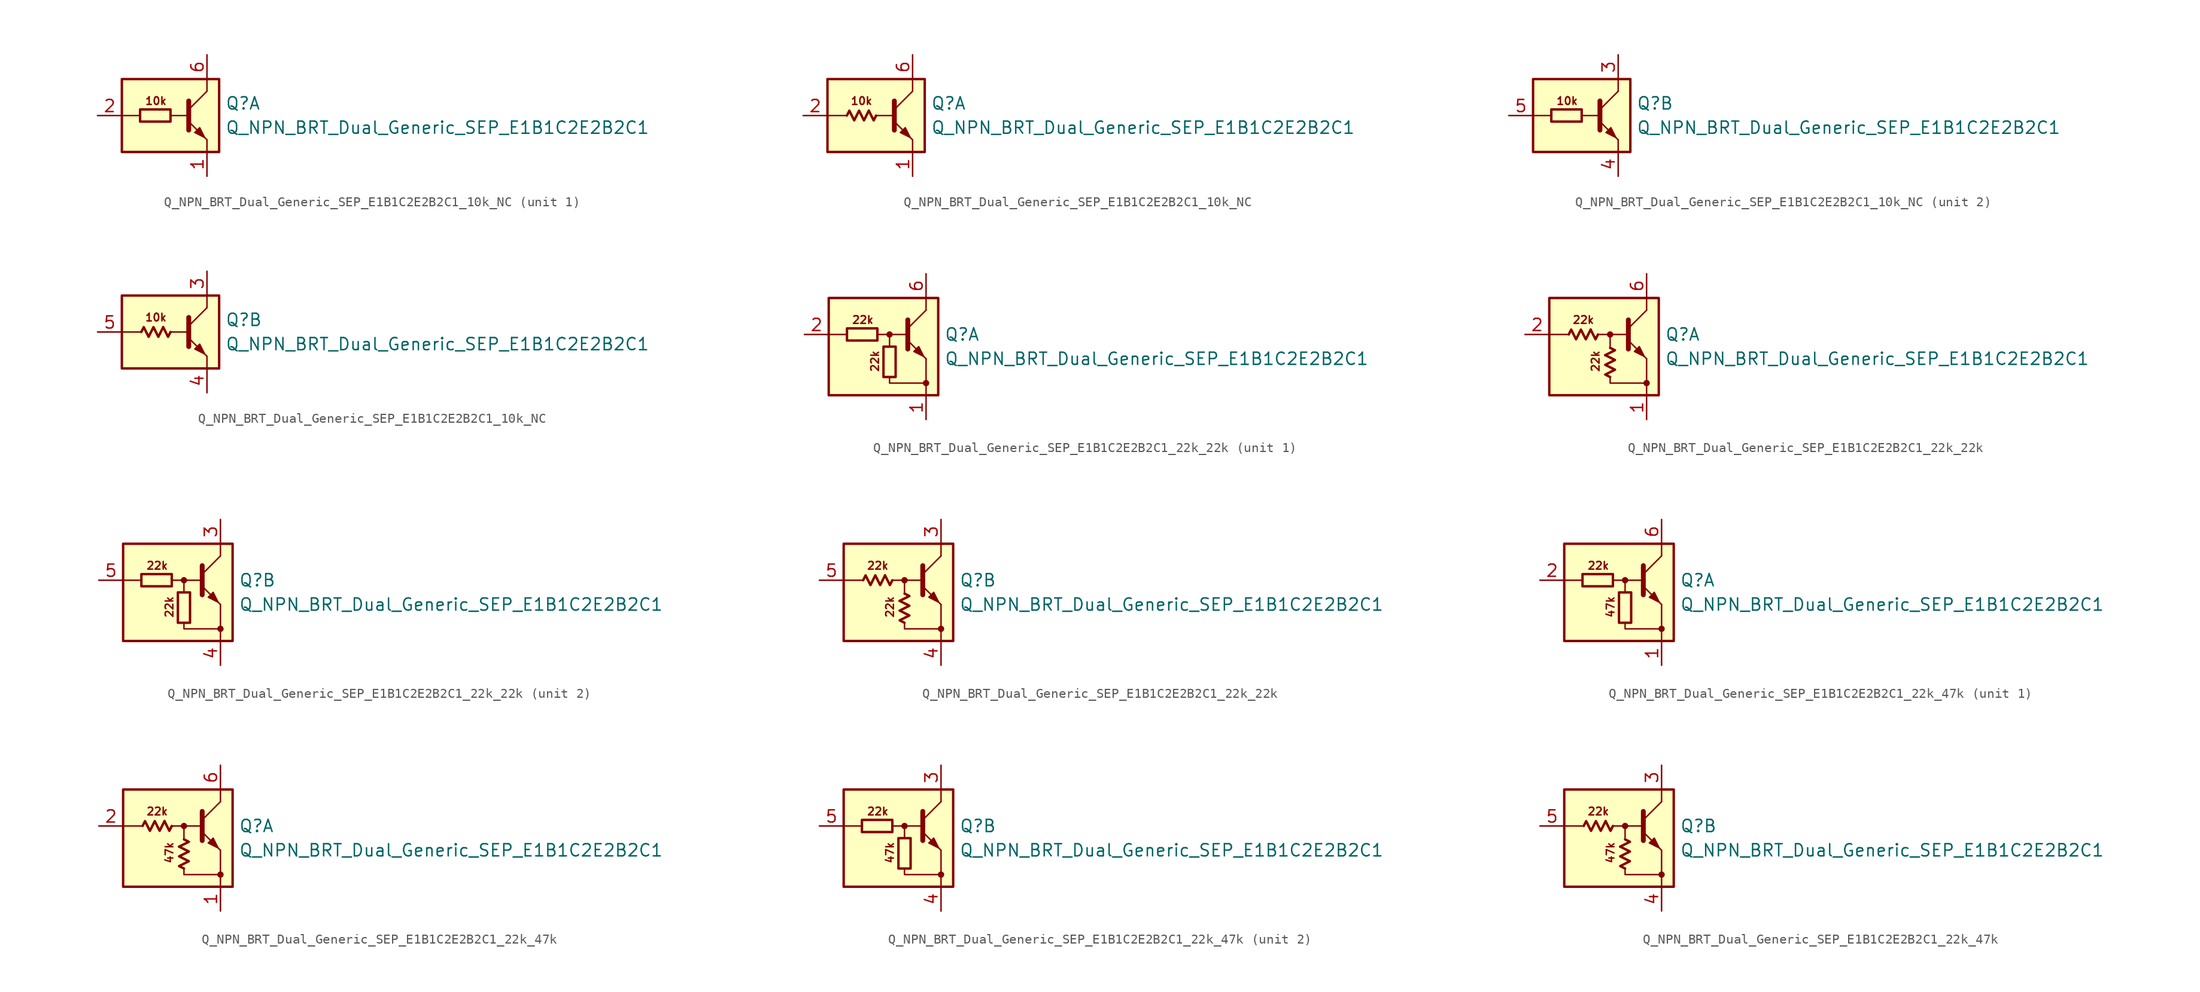
<source format=kicad_sym>
(kicad_symbol_lib
  (version 20220914)
  (generator kicad_symbol_editor)
  (symbol "Q_NPN_BRT_Dual_Generic_SEP_E1B1C2E2B2C1_10k_NC"
    (pin_names
      (offset 1.016) hide)
    (property "Reference" "Q"
      (at 5.715 1.27 0)
      (effects (font (size 1.27 1.27)) (justify left)))
    (property "Value" "Q_NPN_BRT_Dual_Generic_SEP_E1B1C2E2B2C1"
      (at 5.715 -1.27 0)
      (effects (font (size 1.27 1.27)) (justify left)))
    (property "ki_locked" ""
      (at 0 0 0)
      (effects (font (size 1.27 1.27))))
    (symbol "Q_NPN_BRT_Dual_Generic_SEP_E1B1C2E2B2C1_10k_NC_0_2"
      (polyline (pts (xy -0.762 0.508) (xy -0.254 -0.508) (xy 0 0)) (stroke (width 0.254) (type default)) (fill (type none)))
      (polyline (pts (xy -3.048 0) (xy -2.794 0.508) (xy -2.286 -0.508) (xy -1.778 0.508) (xy -1.27 -0.508) (xy -0.762 0.508)) (stroke (width 0.254) (type default)) (fill (type none))))
    (symbol "Q_NPN_BRT_Dual_Generic_SEP_E1B1C2E2B2C1_10k_NC_1_0"
      (rectangle (start -5.08 3.81) (end 5.08 -3.81) (stroke (width 0.254) (type default)) (fill (type background)))
      (polyline (pts (xy -3.175 0) (xy -5.08 0)) (stroke (width 0) (type default)) (fill (type none)))
      (polyline (pts (xy 0 0) (xy 1.905 0)) (stroke (width 0) (type default)) (fill (type none)))
      (polyline (pts (xy 1.905 0.635) (xy 3.81 2.54)) (stroke (width 0) (type default)) (fill (type none)))
      (polyline (pts (xy 1.905 1.524) (xy 1.905 -1.524)) (stroke (width 0.508) (type default)) (fill (type none)))
      (polyline (pts (xy 3.81 -2.54) (xy 3.81 -3.81)) (stroke (width 0) (type default)) (fill (type none)))
      (polyline (pts (xy 3.81 2.54) (xy 3.81 3.81)) (stroke (width 0) (type default)) (fill (type none)))
      (polyline (pts (xy 1.905 -0.635) (xy 3.81 -2.54) (xy 3.81 -2.54)) (stroke (width 0) (type default)) (fill (type none)))
      (polyline (pts (xy 2.54 -1.778) (xy 3.048 -1.27) (xy 3.556 -2.286) (xy 2.54 -1.778) (xy 2.54 -1.778)) (stroke (width 0) (type default)) (fill (type outline)))
      (text "10k" (at -1.524 1.524 0) (effects (font (size 0.8 0.8)))))
    (symbol "Q_NPN_BRT_Dual_Generic_SEP_E1B1C2E2B2C1_10k_NC_1_1"
      (rectangle (start -3.175 0.635) (end 0 -0.635) (stroke (width 0.254) (type default)) (fill (type none)))
      (pin passive line (at 3.81 -6.35 90) (length 2.54) (name "E1" (effects (font (size 1.27 1.27)))) (number "1" (effects (font (size 1.27 1.27)))))
      (pin passive line (at -7.62 0 0) (length 2.54) (name "B1" (effects (font (size 1.27 1.27)))) (number "2" (effects (font (size 1.27 1.27)))))
      (pin passive line (at 3.81 6.35 270) (length 2.54) (name "C1" (effects (font (size 1.27 1.27)))) (number "6" (effects (font (size 1.27 1.27))))))
    (symbol "Q_NPN_BRT_Dual_Generic_SEP_E1B1C2E2B2C1_10k_NC_1_2"
      (pin passive line (at 3.81 -6.35 90) (length 2.54) (name "E1" (effects (font (size 1.27 1.27)))) (number "1" (effects (font (size 1.27 1.27)))))
      (pin passive line (at -7.62 0 0) (length 2.54) (name "B1" (effects (font (size 1.27 1.27)))) (number "2" (effects (font (size 1.27 1.27)))))
      (pin passive line (at 3.81 6.35 270) (length 2.54) (name "C1" (effects (font (size 1.27 1.27)))) (number "6" (effects (font (size 1.27 1.27))))))
    (symbol "Q_NPN_BRT_Dual_Generic_SEP_E1B1C2E2B2C1_10k_NC_2_0"
      (rectangle (start -5.08 3.81) (end 5.08 -3.81) (stroke (width 0.254) (type default)) (fill (type background)))
      (polyline (pts (xy -3.175 0) (xy -5.08 0)) (stroke (width 0) (type default)) (fill (type none)))
      (polyline (pts (xy 0 0) (xy 1.905 0)) (stroke (width 0) (type default)) (fill (type none)))
      (polyline (pts (xy 1.905 0.635) (xy 3.81 2.54)) (stroke (width 0) (type default)) (fill (type none)))
      (polyline (pts (xy 1.905 1.524) (xy 1.905 -1.524)) (stroke (width 0.508) (type default)) (fill (type none)))
      (polyline (pts (xy 3.81 -2.54) (xy 3.81 -3.81)) (stroke (width 0) (type default)) (fill (type none)))
      (polyline (pts (xy 3.81 2.54) (xy 3.81 3.81)) (stroke (width 0) (type default)) (fill (type none)))
      (polyline (pts (xy 1.905 -0.635) (xy 3.81 -2.54) (xy 3.81 -2.54)) (stroke (width 0) (type default)) (fill (type none)))
      (polyline (pts (xy 2.54 -1.778) (xy 3.048 -1.27) (xy 3.556 -2.286) (xy 2.54 -1.778) (xy 2.54 -1.778)) (stroke (width 0) (type default)) (fill (type outline)))
      (text "10k" (at -1.524 1.524 0) (effects (font (size 0.8 0.8)))))
    (symbol "Q_NPN_BRT_Dual_Generic_SEP_E1B1C2E2B2C1_10k_NC_2_1"
      (rectangle (start -3.175 0.635) (end 0 -0.635) (stroke (width 0.254) (type default)) (fill (type none)))
      (pin passive line (at 3.81 6.35 270) (length 2.54) (name "C2" (effects (font (size 1.27 1.27)))) (number "3" (effects (font (size 1.27 1.27)))))
      (pin passive line (at 3.81 -6.35 90) (length 2.54) (name "E2" (effects (font (size 1.27 1.27)))) (number "4" (effects (font (size 1.27 1.27)))))
      (pin input line (at -7.62 0 0) (length 2.54) (name "B2" (effects (font (size 1.27 1.27)))) (number "5" (effects (font (size 1.27 1.27))))))
    (symbol "Q_NPN_BRT_Dual_Generic_SEP_E1B1C2E2B2C1_10k_NC_2_2"
      (pin passive line (at 3.81 6.35 270) (length 2.54) (name "C2" (effects (font (size 1.27 1.27)))) (number "3" (effects (font (size 1.27 1.27)))))
      (pin passive line (at 3.81 -6.35 90) (length 2.54) (name "E2" (effects (font (size 1.27 1.27)))) (number "4" (effects (font (size 1.27 1.27)))))
      (pin input line (at -7.62 0 0) (length 2.54) (name "B2" (effects (font (size 1.27 1.27)))) (number "5" (effects (font (size 1.27 1.27)))))))
  (symbol "Q_NPN_BRT_Dual_Generic_SEP_E1B1C2E2B2C1_22k_22k"
    (pin_names
      (offset 1.016) hide)
    (property "Reference" "Q"
      (at 5.715 1.27 0)
      (effects (font (size 1.27 1.27)) (justify left)))
    (property "Value" "Q_NPN_BRT_Dual_Generic_SEP_E1B1C2E2B2C1"
      (at 5.715 -1.27 0)
      (effects (font (size 1.27 1.27)) (justify left)))
    (property "ki_locked" ""
      (at 0 0 0)
      (effects (font (size 1.27 1.27))))
    (symbol "Q_NPN_BRT_Dual_Generic_SEP_E1B1C2E2B2C1_22k_22k_0_2"
      (polyline (pts (xy -2.032 1.778) (xy -1.524 0.762) (xy -1.27 1.27)) (stroke (width 0.254) (type default)) (fill (type none)))
      (polyline (pts (xy -0.508 -0.889) (xy 0.508 -0.381) (xy 0 -0.127)) (stroke (width 0.254) (type default)) (fill (type none)))
      (polyline (pts (xy -4.318 1.27) (xy -4.064 1.778) (xy -3.556 0.762) (xy -3.048 1.778) (xy -2.54 0.762) (xy -2.032 1.778)) (stroke (width 0.254) (type default)) (fill (type none)))
      (polyline (pts (xy 0 -3.175) (xy -0.508 -2.921) (xy 0.508 -2.413) (xy -0.508 -1.905) (xy 0.508 -1.397) (xy -0.508 -0.889)) (stroke (width 0.254) (type default)) (fill (type none))))
    (symbol "Q_NPN_BRT_Dual_Generic_SEP_E1B1C2E2B2C1_22k_22k_1_0"
      (rectangle (start -6.35 5.08) (end 5.08 -5.08) (stroke (width 0.254) (type default)) (fill (type background)))
      (polyline (pts (xy -4.445 1.27) (xy -6.35 1.27)) (stroke (width 0) (type default)) (fill (type none)))
      (polyline (pts (xy -0.254 1.27) (xy 1.905 1.27)) (stroke (width 0) (type default)) (fill (type none)))
      (polyline (pts (xy 1.905 1.905) (xy 3.81 3.81)) (stroke (width 0) (type default)) (fill (type none)))
      (polyline (pts (xy 1.905 2.794) (xy 1.905 -0.254)) (stroke (width 0.508) (type default)) (fill (type none)))
      (polyline (pts (xy 3.81 -3.81) (xy 3.81 -5.08)) (stroke (width 0) (type default)) (fill (type none)))
      (polyline (pts (xy 3.81 -3.81) (xy 3.81 -1.27)) (stroke (width 0) (type default)) (fill (type none)))
      (polyline (pts (xy 3.81 3.81) (xy 3.81 5.08)) (stroke (width 0) (type default)) (fill (type none)))
      (polyline (pts (xy -1.27 1.27) (xy 0 1.27) (xy 0 0)) (stroke (width 0) (type default)) (fill (type none)))
      (polyline (pts (xy 0 -3.175) (xy 0 -3.81) (xy 3.81 -3.81)) (stroke (width 0) (type default)) (fill (type none)))
      (polyline (pts (xy 1.905 0.635) (xy 3.81 -1.27) (xy 3.81 -1.27)) (stroke (width 0) (type default)) (fill (type none)))
      (polyline (pts (xy 2.54 -0.508) (xy 3.048 0) (xy 3.556 -1.016) (xy 2.54 -0.508) (xy 2.54 -0.508)) (stroke (width 0) (type default)) (fill (type outline)))
      (circle (center 0 1.27) (radius 0.254) (stroke (width 0) (type default)) (fill (type outline)))
      (circle (center 3.81 -3.81) (radius 0.254) (stroke (width 0) (type default)) (fill (type outline)))
      (text "22k" (at -2.794 2.794 0) (effects (font (size 0.8 0.8))))
      (text "22k" (at -1.524 -1.524 900) (effects (font (size 0.8 0.8)))))
    (symbol "Q_NPN_BRT_Dual_Generic_SEP_E1B1C2E2B2C1_22k_22k_1_1"
      (rectangle (start -4.445 1.905) (end -1.27 0.635) (stroke (width 0.254) (type default)) (fill (type none)))
      (rectangle (start -0.635 0) (end 0.635 -3.175) (stroke (width 0.254) (type default)) (fill (type none)))
      (pin passive line (at 3.81 -7.62 90) (length 2.54) (name "E1" (effects (font (size 1.27 1.27)))) (number "1" (effects (font (size 1.27 1.27)))))
      (pin passive line (at -8.89 1.27 0) (length 2.54) (name "B1" (effects (font (size 1.27 1.27)))) (number "2" (effects (font (size 1.27 1.27)))))
      (pin passive line (at 3.81 7.62 270) (length 2.54) (name "C1" (effects (font (size 1.27 1.27)))) (number "6" (effects (font (size 1.27 1.27))))))
    (symbol "Q_NPN_BRT_Dual_Generic_SEP_E1B1C2E2B2C1_22k_22k_1_2"
      (pin passive line (at 3.81 -7.62 90) (length 2.54) (name "E1" (effects (font (size 1.27 1.27)))) (number "1" (effects (font (size 1.27 1.27)))))
      (pin passive line (at -8.89 1.27 0) (length 2.54) (name "B1" (effects (font (size 1.27 1.27)))) (number "2" (effects (font (size 1.27 1.27)))))
      (pin passive line (at 3.81 7.62 270) (length 2.54) (name "C1" (effects (font (size 1.27 1.27)))) (number "6" (effects (font (size 1.27 1.27))))))
    (symbol "Q_NPN_BRT_Dual_Generic_SEP_E1B1C2E2B2C1_22k_22k_2_0"
      (rectangle (start -6.35 5.08) (end 5.08 -5.08) (stroke (width 0.254) (type default)) (fill (type background)))
      (polyline (pts (xy -4.445 1.27) (xy -6.35 1.27)) (stroke (width 0) (type default)) (fill (type none)))
      (polyline (pts (xy -0.254 1.27) (xy 1.905 1.27)) (stroke (width 0) (type default)) (fill (type none)))
      (polyline (pts (xy 1.905 1.905) (xy 3.81 3.81)) (stroke (width 0) (type default)) (fill (type none)))
      (polyline (pts (xy 1.905 2.794) (xy 1.905 -0.254)) (stroke (width 0.508) (type default)) (fill (type none)))
      (polyline (pts (xy 3.81 -3.81) (xy 3.81 -5.08)) (stroke (width 0) (type default)) (fill (type none)))
      (polyline (pts (xy 3.81 -3.81) (xy 3.81 -1.27)) (stroke (width 0) (type default)) (fill (type none)))
      (polyline (pts (xy 3.81 3.81) (xy 3.81 5.08)) (stroke (width 0) (type default)) (fill (type none)))
      (polyline (pts (xy -1.27 1.27) (xy 0 1.27) (xy 0 0)) (stroke (width 0) (type default)) (fill (type none)))
      (polyline (pts (xy 0 -3.175) (xy 0 -3.81) (xy 3.81 -3.81)) (stroke (width 0) (type default)) (fill (type none)))
      (polyline (pts (xy 1.905 0.635) (xy 3.81 -1.27) (xy 3.81 -1.27)) (stroke (width 0) (type default)) (fill (type none)))
      (polyline (pts (xy 2.54 -0.508) (xy 3.048 0) (xy 3.556 -1.016) (xy 2.54 -0.508) (xy 2.54 -0.508)) (stroke (width 0) (type default)) (fill (type outline)))
      (circle (center 0 1.27) (radius 0.254) (stroke (width 0) (type default)) (fill (type outline)))
      (circle (center 3.81 -3.81) (radius 0.254) (stroke (width 0) (type default)) (fill (type outline)))
      (text "22k" (at -2.794 2.794 0) (effects (font (size 0.8 0.8))))
      (text "22k" (at -1.524 -1.524 900) (effects (font (size 0.8 0.8)))))
    (symbol "Q_NPN_BRT_Dual_Generic_SEP_E1B1C2E2B2C1_22k_22k_2_1"
      (rectangle (start -4.445 1.905) (end -1.27 0.635) (stroke (width 0.254) (type default)) (fill (type none)))
      (rectangle (start -0.635 0) (end 0.635 -3.175) (stroke (width 0.254) (type default)) (fill (type none)))
      (pin passive line (at 3.81 7.62 270) (length 2.54) (name "C2" (effects (font (size 1.27 1.27)))) (number "3" (effects (font (size 1.27 1.27)))))
      (pin passive line (at 3.81 -7.62 90) (length 2.54) (name "E2" (effects (font (size 1.27 1.27)))) (number "4" (effects (font (size 1.27 1.27)))))
      (pin input line (at -8.89 1.27 0) (length 2.54) (name "B2" (effects (font (size 1.27 1.27)))) (number "5" (effects (font (size 1.27 1.27))))))
    (symbol "Q_NPN_BRT_Dual_Generic_SEP_E1B1C2E2B2C1_22k_22k_2_2"
      (pin passive line (at 3.81 7.62 270) (length 2.54) (name "C2" (effects (font (size 1.27 1.27)))) (number "3" (effects (font (size 1.27 1.27)))))
      (pin passive line (at 3.81 -7.62 90) (length 2.54) (name "E2" (effects (font (size 1.27 1.27)))) (number "4" (effects (font (size 1.27 1.27)))))
      (pin input line (at -8.89 1.27 0) (length 2.54) (name "B2" (effects (font (size 1.27 1.27)))) (number "5" (effects (font (size 1.27 1.27)))))))
  (symbol "Q_NPN_BRT_Dual_Generic_SEP_E1B1C2E2B2C1_22k_47k"
    (pin_names
      (offset 1.016) hide)
    (property "Reference" "Q"
      (at 5.715 1.27 0)
      (effects (font (size 1.27 1.27)) (justify left)))
    (property "Value" "Q_NPN_BRT_Dual_Generic_SEP_E1B1C2E2B2C1"
      (at 5.715 -1.27 0)
      (effects (font (size 1.27 1.27)) (justify left)))
    (property "ki_locked" ""
      (at 0 0 0)
      (effects (font (size 1.27 1.27))))
    (symbol "Q_NPN_BRT_Dual_Generic_SEP_E1B1C2E2B2C1_22k_47k_0_2"
      (polyline (pts (xy -2.032 1.778) (xy -1.524 0.762) (xy -1.27 1.27)) (stroke (width 0.254) (type default)) (fill (type none)))
      (polyline (pts (xy -0.508 -0.889) (xy 0.508 -0.381) (xy 0 -0.127)) (stroke (width 0.254) (type default)) (fill (type none)))
      (polyline (pts (xy -4.318 1.27) (xy -4.064 1.778) (xy -3.556 0.762) (xy -3.048 1.778) (xy -2.54 0.762) (xy -2.032 1.778)) (stroke (width 0.254) (type default)) (fill (type none)))
      (polyline (pts (xy 0 -3.175) (xy -0.508 -2.921) (xy 0.508 -2.413) (xy -0.508 -1.905) (xy 0.508 -1.397) (xy -0.508 -0.889)) (stroke (width 0.254) (type default)) (fill (type none))))
    (symbol "Q_NPN_BRT_Dual_Generic_SEP_E1B1C2E2B2C1_22k_47k_1_0"
      (rectangle (start -6.35 5.08) (end 5.08 -5.08) (stroke (width 0.254) (type default)) (fill (type background)))
      (polyline (pts (xy -4.445 1.27) (xy -6.35 1.27)) (stroke (width 0) (type default)) (fill (type none)))
      (polyline (pts (xy -0.254 1.27) (xy 1.905 1.27)) (stroke (width 0) (type default)) (fill (type none)))
      (polyline (pts (xy 1.905 1.905) (xy 3.81 3.81)) (stroke (width 0) (type default)) (fill (type none)))
      (polyline (pts (xy 1.905 2.794) (xy 1.905 -0.254)) (stroke (width 0.508) (type default)) (fill (type none)))
      (polyline (pts (xy 3.81 -3.81) (xy 3.81 -5.08)) (stroke (width 0) (type default)) (fill (type none)))
      (polyline (pts (xy 3.81 -3.81) (xy 3.81 -1.27)) (stroke (width 0) (type default)) (fill (type none)))
      (polyline (pts (xy 3.81 3.81) (xy 3.81 5.08)) (stroke (width 0) (type default)) (fill (type none)))
      (polyline (pts (xy -1.27 1.27) (xy 0 1.27) (xy 0 0)) (stroke (width 0) (type default)) (fill (type none)))
      (polyline (pts (xy 0 -3.175) (xy 0 -3.81) (xy 3.81 -3.81)) (stroke (width 0) (type default)) (fill (type none)))
      (polyline (pts (xy 1.905 0.635) (xy 3.81 -1.27) (xy 3.81 -1.27)) (stroke (width 0) (type default)) (fill (type none)))
      (polyline (pts (xy 2.54 -0.508) (xy 3.048 0) (xy 3.556 -1.016) (xy 2.54 -0.508) (xy 2.54 -0.508)) (stroke (width 0) (type default)) (fill (type outline)))
      (circle (center 0 1.27) (radius 0.254) (stroke (width 0) (type default)) (fill (type outline)))
      (circle (center 3.81 -3.81) (radius 0.254) (stroke (width 0) (type default)) (fill (type outline)))
      (text "22k" (at -2.794 2.794 0) (effects (font (size 0.8 0.8))))
      (text "47k" (at -1.524 -1.524 900) (effects (font (size 0.8 0.8)))))
    (symbol "Q_NPN_BRT_Dual_Generic_SEP_E1B1C2E2B2C1_22k_47k_1_1"
      (rectangle (start -4.445 1.905) (end -1.27 0.635) (stroke (width 0.254) (type default)) (fill (type none)))
      (rectangle (start -0.635 0) (end 0.635 -3.175) (stroke (width 0.254) (type default)) (fill (type none)))
      (pin passive line (at 3.81 -7.62 90) (length 2.54) (name "E1" (effects (font (size 1.27 1.27)))) (number "1" (effects (font (size 1.27 1.27)))))
      (pin passive line (at -8.89 1.27 0) (length 2.54) (name "B1" (effects (font (size 1.27 1.27)))) (number "2" (effects (font (size 1.27 1.27)))))
      (pin passive line (at 3.81 7.62 270) (length 2.54) (name "C1" (effects (font (size 1.27 1.27)))) (number "6" (effects (font (size 1.27 1.27))))))
    (symbol "Q_NPN_BRT_Dual_Generic_SEP_E1B1C2E2B2C1_22k_47k_1_2"
      (pin passive line (at 3.81 -7.62 90) (length 2.54) (name "E1" (effects (font (size 1.27 1.27)))) (number "1" (effects (font (size 1.27 1.27)))))
      (pin passive line (at -8.89 1.27 0) (length 2.54) (name "B1" (effects (font (size 1.27 1.27)))) (number "2" (effects (font (size 1.27 1.27)))))
      (pin passive line (at 3.81 7.62 270) (length 2.54) (name "C1" (effects (font (size 1.27 1.27)))) (number "6" (effects (font (size 1.27 1.27))))))
    (symbol "Q_NPN_BRT_Dual_Generic_SEP_E1B1C2E2B2C1_22k_47k_2_0"
      (rectangle (start -6.35 5.08) (end 5.08 -5.08) (stroke (width 0.254) (type default)) (fill (type background)))
      (polyline (pts (xy -4.445 1.27) (xy -6.35 1.27)) (stroke (width 0) (type default)) (fill (type none)))
      (polyline (pts (xy -0.254 1.27) (xy 1.905 1.27)) (stroke (width 0) (type default)) (fill (type none)))
      (polyline (pts (xy 1.905 1.905) (xy 3.81 3.81)) (stroke (width 0) (type default)) (fill (type none)))
      (polyline (pts (xy 1.905 2.794) (xy 1.905 -0.254)) (stroke (width 0.508) (type default)) (fill (type none)))
      (polyline (pts (xy 3.81 -3.81) (xy 3.81 -5.08)) (stroke (width 0) (type default)) (fill (type none)))
      (polyline (pts (xy 3.81 -3.81) (xy 3.81 -1.27)) (stroke (width 0) (type default)) (fill (type none)))
      (polyline (pts (xy 3.81 3.81) (xy 3.81 5.08)) (stroke (width 0) (type default)) (fill (type none)))
      (polyline (pts (xy -1.27 1.27) (xy 0 1.27) (xy 0 0)) (stroke (width 0) (type default)) (fill (type none)))
      (polyline (pts (xy 0 -3.175) (xy 0 -3.81) (xy 3.81 -3.81)) (stroke (width 0) (type default)) (fill (type none)))
      (polyline (pts (xy 1.905 0.635) (xy 3.81 -1.27) (xy 3.81 -1.27)) (stroke (width 0) (type default)) (fill (type none)))
      (polyline (pts (xy 2.54 -0.508) (xy 3.048 0) (xy 3.556 -1.016) (xy 2.54 -0.508) (xy 2.54 -0.508)) (stroke (width 0) (type default)) (fill (type outline)))
      (circle (center 0 1.27) (radius 0.254) (stroke (width 0) (type default)) (fill (type outline)))
      (circle (center 3.81 -3.81) (radius 0.254) (stroke (width 0) (type default)) (fill (type outline)))
      (text "22k" (at -2.794 2.794 0) (effects (font (size 0.8 0.8))))
      (text "47k" (at -1.524 -1.524 900) (effects (font (size 0.8 0.8)))))
    (symbol "Q_NPN_BRT_Dual_Generic_SEP_E1B1C2E2B2C1_22k_47k_2_1"
      (rectangle (start -4.445 1.905) (end -1.27 0.635) (stroke (width 0.254) (type default)) (fill (type none)))
      (rectangle (start -0.635 0) (end 0.635 -3.175) (stroke (width 0.254) (type default)) (fill (type none)))
      (pin passive line (at 3.81 7.62 270) (length 2.54) (name "C2" (effects (font (size 1.27 1.27)))) (number "3" (effects (font (size 1.27 1.27)))))
      (pin passive line (at 3.81 -7.62 90) (length 2.54) (name "E2" (effects (font (size 1.27 1.27)))) (number "4" (effects (font (size 1.27 1.27)))))
      (pin input line (at -8.89 1.27 0) (length 2.54) (name "B2" (effects (font (size 1.27 1.27)))) (number "5" (effects (font (size 1.27 1.27))))))
    (symbol "Q_NPN_BRT_Dual_Generic_SEP_E1B1C2E2B2C1_22k_47k_2_2"
      (pin passive line (at 3.81 7.62 270) (length 2.54) (name "C2" (effects (font (size 1.27 1.27)))) (number "3" (effects (font (size 1.27 1.27)))))
      (pin passive line (at 3.81 -7.62 90) (length 2.54) (name "E2" (effects (font (size 1.27 1.27)))) (number "4" (effects (font (size 1.27 1.27)))))
      (pin input line (at -8.89 1.27 0) (length 2.54) (name "B2" (effects (font (size 1.27 1.27)))) (number "5" (effects (font (size 1.27 1.27))))))))
</source>
